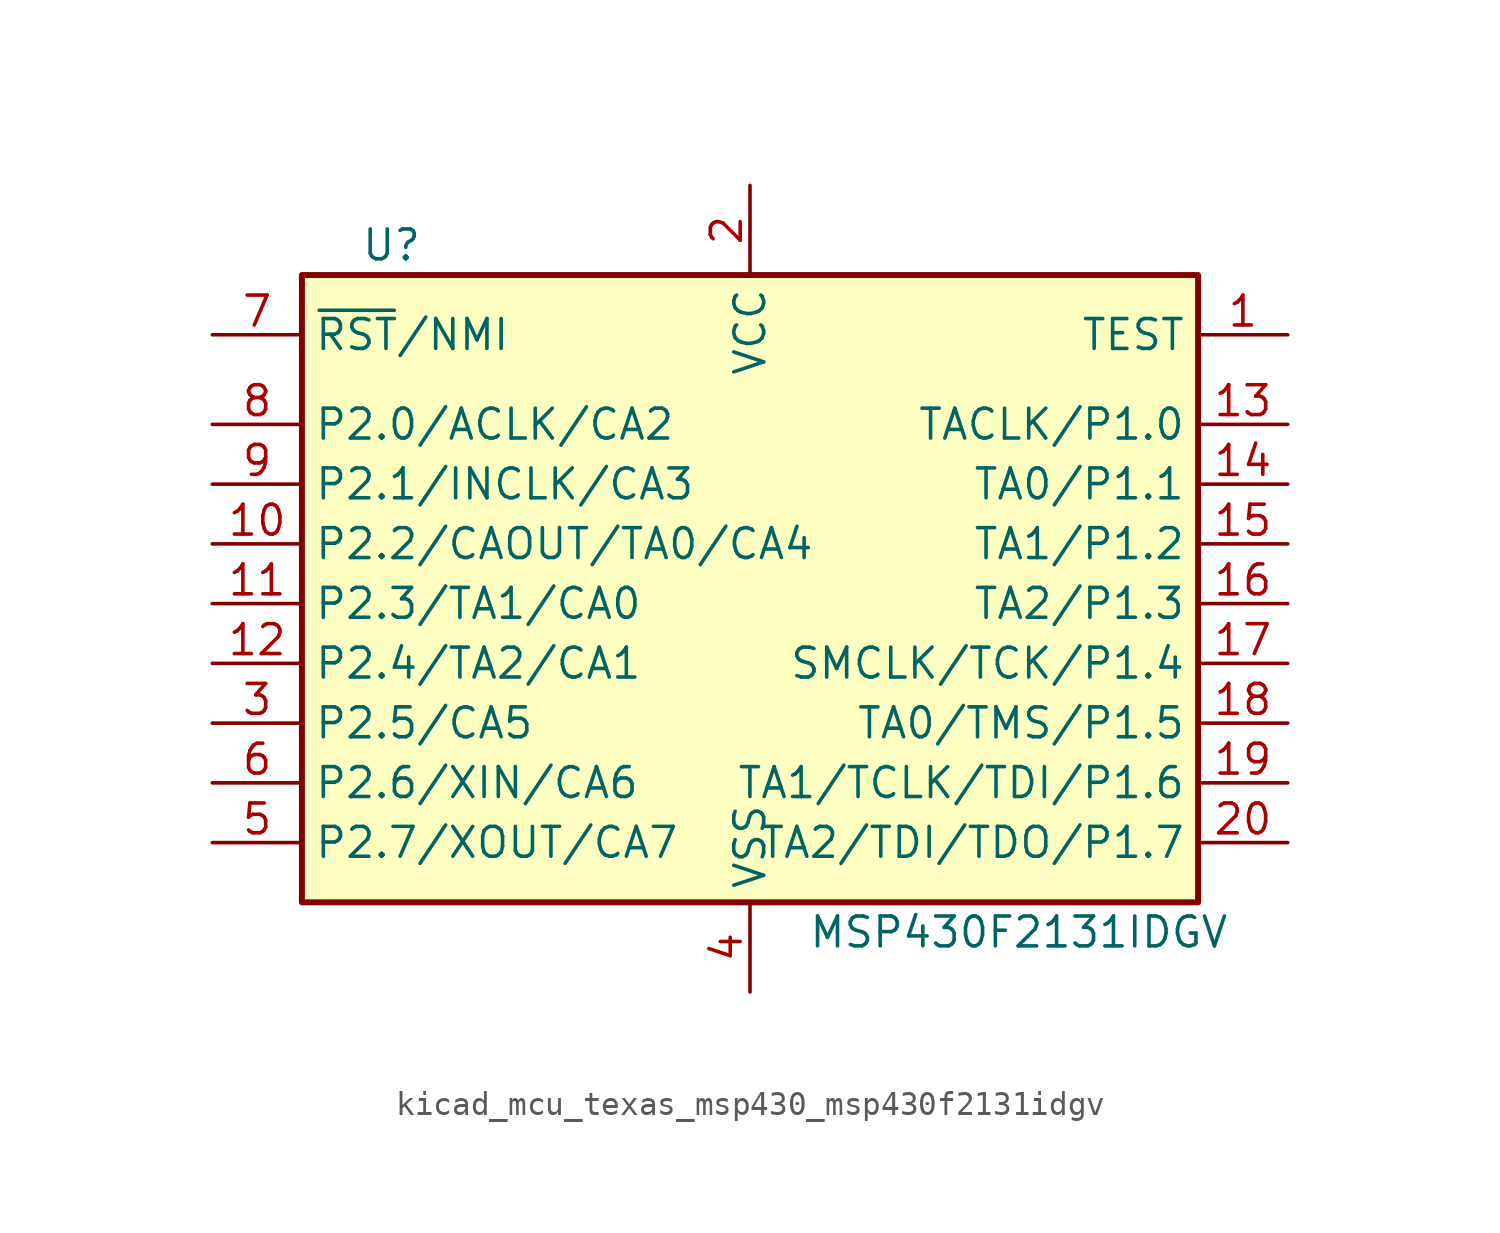
<source format=kicad_sym>
(kicad_symbol_lib
  (version 20220914)
  (generator kicad_symbol_editor)
  (symbol "kicad_mcu_texas_msp430_msp430f2131idgv"
    (property "Reference" "U"
      (at -15.24 15.24 0)
      (effects (font (size 1.27 1.27))))
    (property "Value" "MSP430F2131IDGV"
      (at 11.43 -13.97 0)
      (effects (font (size 1.27 1.27))))
    (symbol "kicad_mcu_texas_msp430_msp430f2131idgv_0_1"
      (rectangle (start -19.05 13.97) (end 19.05 -12.7) (stroke (width 0.254) (type default)) (fill (type background))))
    (symbol "kicad_mcu_texas_msp430_msp430f2131idgv_1_1"
      (pin input line (at 22.86 11.43 180) (length 3.81) (name "TEST" (effects (font (size 1.27 1.27)))) (number "1" (effects (font (size 1.27 1.27)))))
      (pin bidirectional line (at -22.86 2.54 0) (length 3.81) (name "P2.2/CAOUT/TA0/CA4" (effects (font (size 1.27 1.27)))) (number "10" (effects (font (size 1.27 1.27)))))
      (pin bidirectional line (at -22.86 0 0) (length 3.81) (name "P2.3/TA1/CA0" (effects (font (size 1.27 1.27)))) (number "11" (effects (font (size 1.27 1.27)))))
      (pin bidirectional line (at -22.86 -2.54 0) (length 3.81) (name "P2.4/TA2/CA1" (effects (font (size 1.27 1.27)))) (number "12" (effects (font (size 1.27 1.27)))))
      (pin bidirectional line (at 22.86 7.62 180) (length 3.81) (name "TACLK/P1.0" (effects (font (size 1.27 1.27)))) (number "13" (effects (font (size 1.27 1.27)))))
      (pin bidirectional line (at 22.86 5.08 180) (length 3.81) (name "TA0/P1.1" (effects (font (size 1.27 1.27)))) (number "14" (effects (font (size 1.27 1.27)))))
      (pin bidirectional line (at 22.86 2.54 180) (length 3.81) (name "TA1/P1.2" (effects (font (size 1.27 1.27)))) (number "15" (effects (font (size 1.27 1.27)))))
      (pin bidirectional line (at 22.86 0 180) (length 3.81) (name "TA2/P1.3" (effects (font (size 1.27 1.27)))) (number "16" (effects (font (size 1.27 1.27)))))
      (pin bidirectional line (at 22.86 -2.54 180) (length 3.81) (name "SMCLK/TCK/P1.4" (effects (font (size 1.27 1.27)))) (number "17" (effects (font (size 1.27 1.27)))))
      (pin bidirectional line (at 22.86 -5.08 180) (length 3.81) (name "TA0/TMS/P1.5" (effects (font (size 1.27 1.27)))) (number "18" (effects (font (size 1.27 1.27)))))
      (pin bidirectional line (at 22.86 -7.62 180) (length 3.81) (name "TA1/TCLK/TDI/P1.6" (effects (font (size 1.27 1.27)))) (number "19" (effects (font (size 1.27 1.27)))))
      (pin power_in line (at 0 17.78 270) (length 3.81) (name "VCC" (effects (font (size 1.27 1.27)))) (number "2" (effects (font (size 1.27 1.27)))))
      (pin bidirectional line (at 22.86 -10.16 180) (length 3.81) (name "TA2/TDI/TDO/P1.7" (effects (font (size 1.27 1.27)))) (number "20" (effects (font (size 1.27 1.27)))))
      (pin bidirectional line (at -22.86 -5.08 0) (length 3.81) (name "P2.5/CA5" (effects (font (size 1.27 1.27)))) (number "3" (effects (font (size 1.27 1.27)))))
      (pin power_in line (at 0 -16.51 90) (length 3.81) (name "VSS" (effects (font (size 1.27 1.27)))) (number "4" (effects (font (size 1.27 1.27)))))
      (pin bidirectional line (at -22.86 -10.16 0) (length 3.81) (name "P2.7/XOUT/CA7" (effects (font (size 1.27 1.27)))) (number "5" (effects (font (size 1.27 1.27)))))
      (pin bidirectional line (at -22.86 -7.62 0) (length 3.81) (name "P2.6/XIN/CA6" (effects (font (size 1.27 1.27)))) (number "6" (effects (font (size 1.27 1.27)))))
      (pin input line (at -22.86 11.43 0) (length 3.81) (name "~{RST}/NMI" (effects (font (size 1.27 1.27)))) (number "7" (effects (font (size 1.27 1.27)))))
      (pin bidirectional line (at -22.86 7.62 0) (length 3.81) (name "P2.0/ACLK/CA2" (effects (font (size 1.27 1.27)))) (number "8" (effects (font (size 1.27 1.27)))))
      (pin bidirectional line (at -22.86 5.08 0) (length 3.81) (name "P2.1/INCLK/CA3" (effects (font (size 1.27 1.27)))) (number "9" (effects (font (size 1.27 1.27))))))))
</source>
